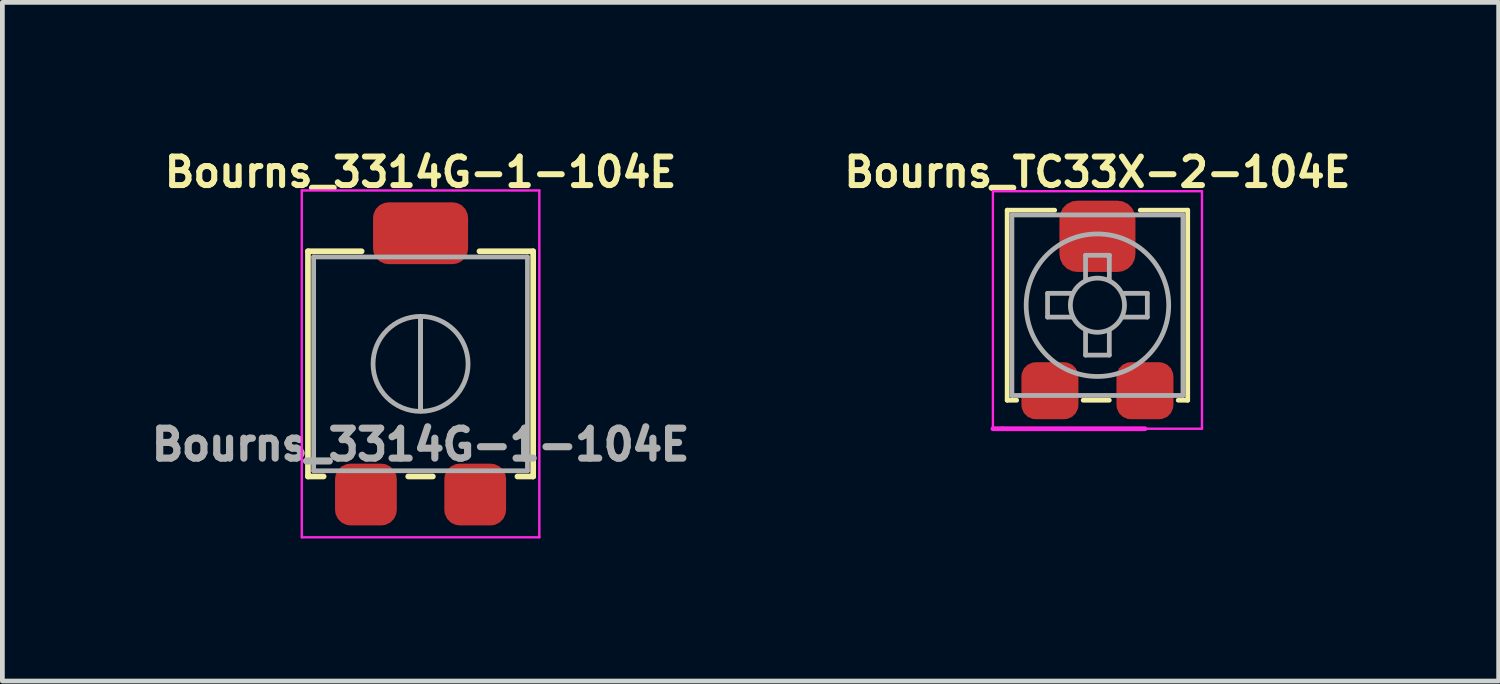
<source format=kicad_pcb>
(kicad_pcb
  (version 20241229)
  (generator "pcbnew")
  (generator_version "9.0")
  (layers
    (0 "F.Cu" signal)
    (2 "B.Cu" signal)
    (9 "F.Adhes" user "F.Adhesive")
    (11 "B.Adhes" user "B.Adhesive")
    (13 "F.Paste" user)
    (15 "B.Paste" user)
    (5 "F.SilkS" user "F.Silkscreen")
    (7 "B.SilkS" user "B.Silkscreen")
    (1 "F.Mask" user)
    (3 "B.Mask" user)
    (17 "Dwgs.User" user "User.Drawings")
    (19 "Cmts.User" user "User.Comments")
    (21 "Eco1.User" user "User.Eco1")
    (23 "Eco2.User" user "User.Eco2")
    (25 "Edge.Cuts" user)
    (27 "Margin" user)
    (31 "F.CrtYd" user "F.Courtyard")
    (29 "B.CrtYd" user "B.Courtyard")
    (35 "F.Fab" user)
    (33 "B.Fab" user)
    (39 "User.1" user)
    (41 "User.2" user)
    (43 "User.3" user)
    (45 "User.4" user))
  (footprint "Bourns_TC33X-2-104E"
    (layer "F.Cu")
    (at 20.049 3.374)
    (property "Reference" "Bourns_TC33X-2-104E" (at 0 -2.8 0) (layer "F.SilkS") (effects (font (size 0.6 0.6) (thickness 0.127))))
    (attr through_hole)
    (fp_line (start -1.9 -2) (end -1.9 2) (stroke (width 0.1) (type solid)) (layer "F.SilkS"))
    (fp_line (start -1.9 -2) (end -0.9 -2) (stroke (width 0.1) (type solid)) (layer "F.SilkS"))
    (fp_line (start -1.7 2) (end -1.9 2) (stroke (width 0.1) (type solid)) (layer "F.SilkS"))
    (fp_line (start -0.3 2) (end 0.25 2) (stroke (width 0.1) (type solid)) (layer "F.SilkS"))
    (fp_line (start 1.9 -2) (end 0.9 -2) (stroke (width 0.1) (type solid)) (layer "F.SilkS"))
    (fp_line (start 1.9 -2) (end 1.9 2) (stroke (width 0.1) (type solid)) (layer "F.SilkS"))
    (fp_line (start 1.9 2) (end 1.7 2) (stroke (width 0.1) (type solid)) (layer "F.SilkS"))
    (fp_line (start -2.2 -2.4) (end 2.2 -2.4) (stroke (width 0.05) (type solid)) (layer "F.CrtYd"))
    (fp_line (start -2.2 2.6) (end -2.2 -2.4) (stroke (width 0.05) (type solid)) (layer "F.CrtYd"))
    (fp_line (start -2 2.6) (end -2.2 2.6) (stroke (width 0.1) (type solid)) (layer "F.CrtYd"))
    (fp_line (start 1 2.6) (end -2 2.6) (stroke (width 0.1) (type solid)) (layer "F.CrtYd"))
    (fp_line (start 2.2 -2.4) (end 2.2 2.6) (stroke (width 0.05) (type solid)) (layer "F.CrtYd"))
    (fp_line (start 2.2 2.6) (end 1 2.6) (stroke (width 0.05) (type solid)) (layer "F.CrtYd"))
    (fp_line (start -1.8 -1.9) (end -1.8 1.9) (stroke (width 0.1) (type solid)) (layer "F.Fab"))
    (fp_line (start -1.8 1.9) (end 1.8 1.9) (stroke (width 0.1) (type solid)) (layer "F.Fab"))
    (fp_line (start -1.05 -0.25) (end -1.05 0.25) (stroke (width 0.1) (type solid)) (layer "F.Fab"))
    (fp_line (start -1.05 -0.25) (end -0.55 -0.25) (stroke (width 0.1) (type solid)) (layer "F.Fab"))
    (fp_line (start -1.05 0.25) (end -0.55 0.25) (stroke (width 0.1) (type solid)) (layer "F.Fab"))
    (fp_line (start -0.25 -1.05) (end -0.25 -0.55) (stroke (width 0.1) (type solid)) (layer "F.Fab"))
    (fp_line (start -0.25 -1.05) (end 0.25 -1.05) (stroke (width 0.1) (type solid)) (layer "F.Fab"))
    (fp_line (start -0.25 1.05) (end -0.25 0.55) (stroke (width 0.1) (type solid)) (layer "F.Fab"))
    (fp_line (start 0.25 -1.05) (end 0.2 -1.05) (stroke (width 0.1) (type solid)) (layer "F.Fab"))
    (fp_line (start 0.25 -1.05) (end 0.25 -0.55) (stroke (width 0.1) (type solid)) (layer "F.Fab"))
    (fp_line (start 0.25 1.05) (end -0.25 1.05) (stroke (width 0.1) (type solid)) (layer "F.Fab"))
    (fp_line (start 0.25 1.05) (end 0.25 0.55) (stroke (width 0.1) (type solid)) (layer "F.Fab"))
    (fp_line (start 1.05 -0.25) (end 0.55 -0.25) (stroke (width 0.1) (type solid)) (layer "F.Fab"))
    (fp_line (start 1.05 -0.25) (end 1.05 0.25) (stroke (width 0.1) (type solid)) (layer "F.Fab"))
    (fp_line (start 1.05 0.25) (end 0.55 0.25) (stroke (width 0.1) (type solid)) (layer "F.Fab"))
    (fp_line (start 1.8 -1.9) (end -1.8 -1.9) (stroke (width 0.1) (type solid)) (layer "F.Fab"))
    (fp_line (start 1.8 1.9) (end 1.8 -1.9) (stroke (width 0.1) (type solid)) (layer "F.Fab"))
    (fp_circle (center 0 0) (end 0.45 0.35) (stroke (width 0.1) (type solid)) (fill no) (layer "F.Fab"))
    (fp_circle (center 0 0) (end 1.5 0) (stroke (width 0.1) (type solid)) (fill no) (layer "F.Fab"))
    (pad "1" smd roundrect (at -1 1.8) (size 1.2 1.2) (layers "F.Cu" "F.Mask" "F.Paste") (roundrect_rratio 0.25))
    (pad "2" smd roundrect (at 0 -1.45) (size 1.6 1.5) (layers "F.Cu" "F.Mask" "F.Paste") (roundrect_rratio 0.25))
    (pad "3" smd roundrect (at 1 1.8) (size 1.2 1.2) (layers "F.Cu" "F.Mask" "F.Paste") (roundrect_rratio 0.25)))
  (footprint "Bourns_3314G-1-104E"
    (layer "F.Cu")
    (at 5.802 4.674)
    (property "Reference" "Bourns_3314G-1-104E" (at 0 -4.1 180) (layer "F.SilkS") (effects (font (size 0.6 0.6) (thickness 0.127))))
    (attr smd)
    (fp_line (start -2.37 2.305) (end -2.37 -2.435) (stroke (width 0.12) (type solid)) (layer "F.SilkS"))
    (fp_line (start -2.04 2.305) (end -2.37 2.305) (stroke (width 0.12) (type solid)) (layer "F.SilkS"))
    (fp_line (start -1.24 -2.435) (end -2.37 -2.435) (stroke (width 0.12) (type solid)) (layer "F.SilkS"))
    (fp_line (start 0.259 2.305) (end -0.26 2.305) (stroke (width 0.12) (type solid)) (layer "F.SilkS"))
    (fp_line (start 2.37 -2.435) (end 1.24 -2.435) (stroke (width 0.12) (type solid)) (layer "F.SilkS"))
    (fp_line (start 2.37 2.305) (end 2.039 2.305) (stroke (width 0.12) (type solid)) (layer "F.SilkS"))
    (fp_line (start 2.37 2.305) (end 2.37 -2.435) (stroke (width 0.12) (type solid)) (layer "F.SilkS"))
    (fp_line (start -2.5 -3.715) (end -2.5 3.585) (stroke (width 0.05) (type solid)) (layer "F.CrtYd"))
    (fp_line (start -2.5 3.585) (end 2.5 3.585) (stroke (width 0.05) (type solid)) (layer "F.CrtYd"))
    (fp_line (start 2.5 -3.715) (end -2.5 -3.715) (stroke (width 0.05) (type solid)) (layer "F.CrtYd"))
    (fp_line (start 2.5 3.585) (end 2.5 -3.715) (stroke (width 0.05) (type solid)) (layer "F.CrtYd"))
    (fp_line (start -2.25 -2.315) (end -2.25 2.185) (stroke (width 0.1) (type solid)) (layer "F.Fab"))
    (fp_line (start -2.25 2.185) (end 2.25 2.185) (stroke (width 0.1) (type solid)) (layer "F.Fab"))
    (fp_line (start 0 -1.055) (end -0.001 0.924) (stroke (width 0.1) (type solid)) (layer "F.Fab"))
    (fp_line (start 0 -1.055) (end -0.001 0.924) (stroke (width 0.1) (type solid)) (layer "F.Fab"))
    (fp_line (start 2.25 -2.315) (end -2.25 -2.315) (stroke (width 0.1) (type solid)) (layer "F.Fab"))
    (fp_line (start 2.25 2.185) (end 2.25 -2.315) (stroke (width 0.1) (type solid)) (layer "F.Fab"))
    (fp_circle (center 0 -0.065) (end -1 -0.065) (stroke (width 0.1) (type solid)) (fill no) (layer "F.Fab"))
    (fp_text user "${REFERENCE}" (at 0 1.635 180) (layer "F.Fab") (effects (font (size 0.63 0.63) (thickness 0.15))))
    (pad "1" smd roundrect (at 1.15 2.685 180) (size 1.3 1.3) (layers "F.Cu" "F.Mask" "F.Paste") (roundrect_rratio 0.25))
    (pad "2" smd roundrect (at 0 -2.815 180) (size 2 1.3) (layers "F.Cu" "F.Mask" "F.Paste") (roundrect_rratio 0.25))
    (pad "3" smd roundrect (at -1.15 2.685 180) (size 1.3 1.3) (layers "F.Cu" "F.Mask" "F.Paste") (roundrect_rratio 0.25)))
  (gr_rect
    (start -3 -3)
    (end 28.494 11.284)
    (stroke (width 0.1) (type default))
    (fill no)
    (layer "Edge.Cuts")))
</source>
